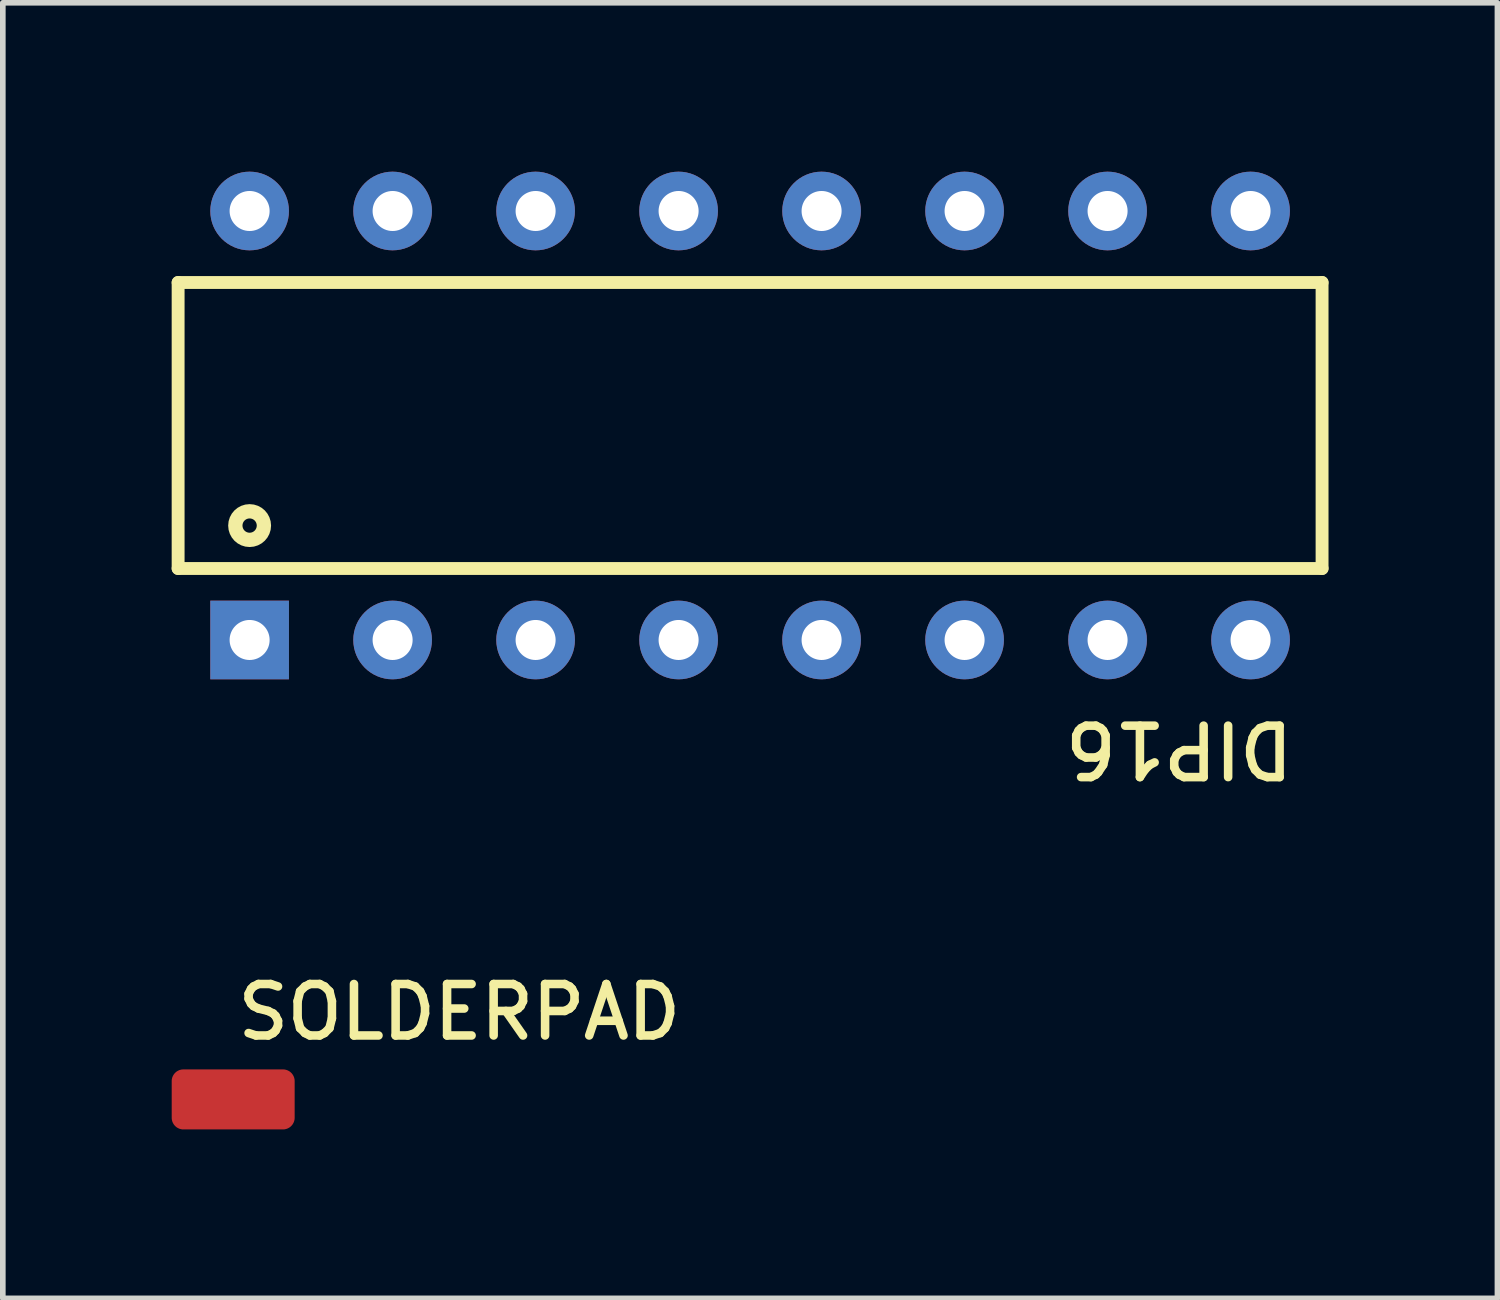
<source format=kicad_pcb>
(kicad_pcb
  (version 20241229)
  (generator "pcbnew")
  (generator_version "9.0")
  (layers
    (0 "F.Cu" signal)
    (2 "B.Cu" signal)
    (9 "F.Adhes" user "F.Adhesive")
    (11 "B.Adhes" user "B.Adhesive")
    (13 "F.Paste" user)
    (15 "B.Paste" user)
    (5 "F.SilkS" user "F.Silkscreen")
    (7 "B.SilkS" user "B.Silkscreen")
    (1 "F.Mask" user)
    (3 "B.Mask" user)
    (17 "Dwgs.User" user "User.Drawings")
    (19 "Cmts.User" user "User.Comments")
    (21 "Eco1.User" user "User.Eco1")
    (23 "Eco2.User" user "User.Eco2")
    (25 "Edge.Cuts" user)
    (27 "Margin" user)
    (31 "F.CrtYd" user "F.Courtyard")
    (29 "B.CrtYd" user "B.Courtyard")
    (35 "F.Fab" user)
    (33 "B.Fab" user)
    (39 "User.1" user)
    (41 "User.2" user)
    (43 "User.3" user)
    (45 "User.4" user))
  (footprint "DIP16"
    (layer "F.Cu")
    (at 10.274 4.508)
    (property "Reference" "DIP16" (at 9.723 5.212 180) (unlocked yes) (layer "F.SilkS") (effects (font (size 0.914 0.914) (thickness 0.152)) (justify left bottom)))
    (fp_line (start -10.16 -2.54) (end -10.16 2.54) (stroke (width 0.229) (type default)) (layer "F.SilkS"))
    (fp_line (start -10.16 2.54) (end 10.16 2.54) (stroke (width 0.229) (type default)) (layer "F.SilkS"))
    (fp_line (start 10.16 -2.54) (end -10.16 -2.54) (stroke (width 0.229) (type default)) (layer "F.SilkS"))
    (fp_line (start 10.16 2.54) (end 10.16 -2.54) (stroke (width 0.229) (type default)) (layer "F.SilkS"))
    (fp_circle (center -8.89 1.778) (end -8.636 1.778) (stroke (width 0.254) (type default)) (fill no) (layer "F.SilkS"))
    (pad "1" thru_hole rect (at -8.89 3.81) (size 1.397 1.397) (drill 0.711) (layers "*.Cu" "*.Mask"))
    (pad "2" thru_hole oval (at -6.35 3.81) (size 1.397 1.397) (drill 0.711) (layers "*.Cu" "*.Mask"))
    (pad "3" thru_hole oval (at -3.81 3.81) (size 1.397 1.397) (drill 0.711) (layers "*.Cu" "*.Mask"))
    (pad "4" thru_hole oval (at -1.27 3.81) (size 1.397 1.397) (drill 0.711) (layers "*.Cu" "*.Mask"))
    (pad "5" thru_hole oval (at 1.27 3.81) (size 1.397 1.397) (drill 0.711) (layers "*.Cu" "*.Mask"))
    (pad "6" thru_hole oval (at 3.81 3.81) (size 1.397 1.397) (drill 0.711) (layers "*.Cu" "*.Mask"))
    (pad "7" thru_hole oval (at 6.35 3.81) (size 1.397 1.397) (drill 0.711) (layers "*.Cu" "*.Mask"))
    (pad "8" thru_hole oval (at 8.89 3.81) (size 1.397 1.397) (drill 0.711) (layers "*.Cu" "*.Mask"))
    (pad "9" thru_hole oval (at 8.89 -3.81) (size 1.397 1.397) (drill 0.711) (layers "*.Cu" "*.Mask"))
    (pad "10" thru_hole oval (at 6.35 -3.81) (size 1.397 1.397) (drill 0.711) (layers "*.Cu" "*.Mask"))
    (pad "11" thru_hole oval (at 3.81 -3.81) (size 1.397 1.397) (drill 0.711) (layers "*.Cu" "*.Mask"))
    (pad "12" thru_hole oval (at 1.27 -3.81) (size 1.397 1.397) (drill 0.711) (layers "*.Cu" "*.Mask"))
    (pad "13" thru_hole oval (at -1.27 -3.81) (size 1.397 1.397) (drill 0.711) (layers "*.Cu" "*.Mask"))
    (pad "14" thru_hole oval (at -3.81 -3.81) (size 1.397 1.397) (drill 0.711) (layers "*.Cu" "*.Mask"))
    (pad "15" thru_hole oval (at -6.35 -3.81) (size 1.397 1.397) (drill 0.711) (layers "*.Cu" "*.Mask"))
    (pad "16" thru_hole oval (at -8.89 -3.81) (size 1.397 1.397) (drill 0.711) (layers "*.Cu" "*.Mask")))
  (footprint "SOLDERPAD"
    (layer "F.Cu")
    (at 1.092 16.479)
    (property "Reference" "SOLDERPAD" (at 0 -1.016 0) (unlocked yes) (layer "F.SilkS") (effects (font (size 0.914 0.914) (thickness 0.152)) (justify left bottom)))
    (pad "1" smd custom (at 0 0) (size 0.000001 0.000001) (layers "F.Cu" "F.Mask" "F.Paste") (options (anchor circle)) (primitives (gr_poly (pts (xy -1.092 -0.325) (xy -1.091 -0.35) (xy -1.086 -0.375) (xy -1.079 -0.399) (xy -1.068 -0.422) (xy -1.055 -0.444) (xy -1.04 -0.463) (xy -1.022 -0.481) (xy -1.002 -0.497) (xy -0.981 -0.509) (xy -0.958 -0.52) (xy -0.934 -0.527) (xy -0.909 -0.532) (xy -0.884 -0.533) (xy 0.884 -0.533) (xy 0.909 -0.532) (xy 0.934 -0.527) (xy 0.958 -0.52) (xy 0.981 -0.509) (xy 1.002 -0.497) (xy 1.022 -0.481) (xy 1.04 -0.463) (xy 1.055 -0.444) (xy 1.068 -0.422) (xy 1.079 -0.399) (xy 1.086 -0.375) (xy 1.091 -0.35) (xy 1.092 -0.325) (xy 1.092 0.325) (xy 1.091 0.35) (xy 1.086 0.375) (xy 1.079 0.399) (xy 1.068 0.422) (xy 1.055 0.444) (xy 1.04 0.463) (xy 1.022 0.481) (xy 1.002 0.497) (xy 0.981 0.509) (xy 0.958 0.52) (xy 0.934 0.527) (xy 0.909 0.532) (xy 0.884 0.533) (xy -0.884 0.533) (xy -0.909 0.532) (xy -0.934 0.527) (xy -0.958 0.52) (xy -0.981 0.509) (xy -1.002 0.497) (xy -1.022 0.481) (xy -1.04 0.463) (xy -1.055 0.444) (xy -1.068 0.422) (xy -1.079 0.399) (xy -1.086 0.375) (xy -1.091 0.35) (xy -1.092 0.325)) (width 0) (fill yes)))))
  (gr_rect
    (start -3 -3)
    (end 23.549 20.013)
    (stroke (width 0.1) (type default))
    (fill no)
    (layer "Edge.Cuts")))
</source>
